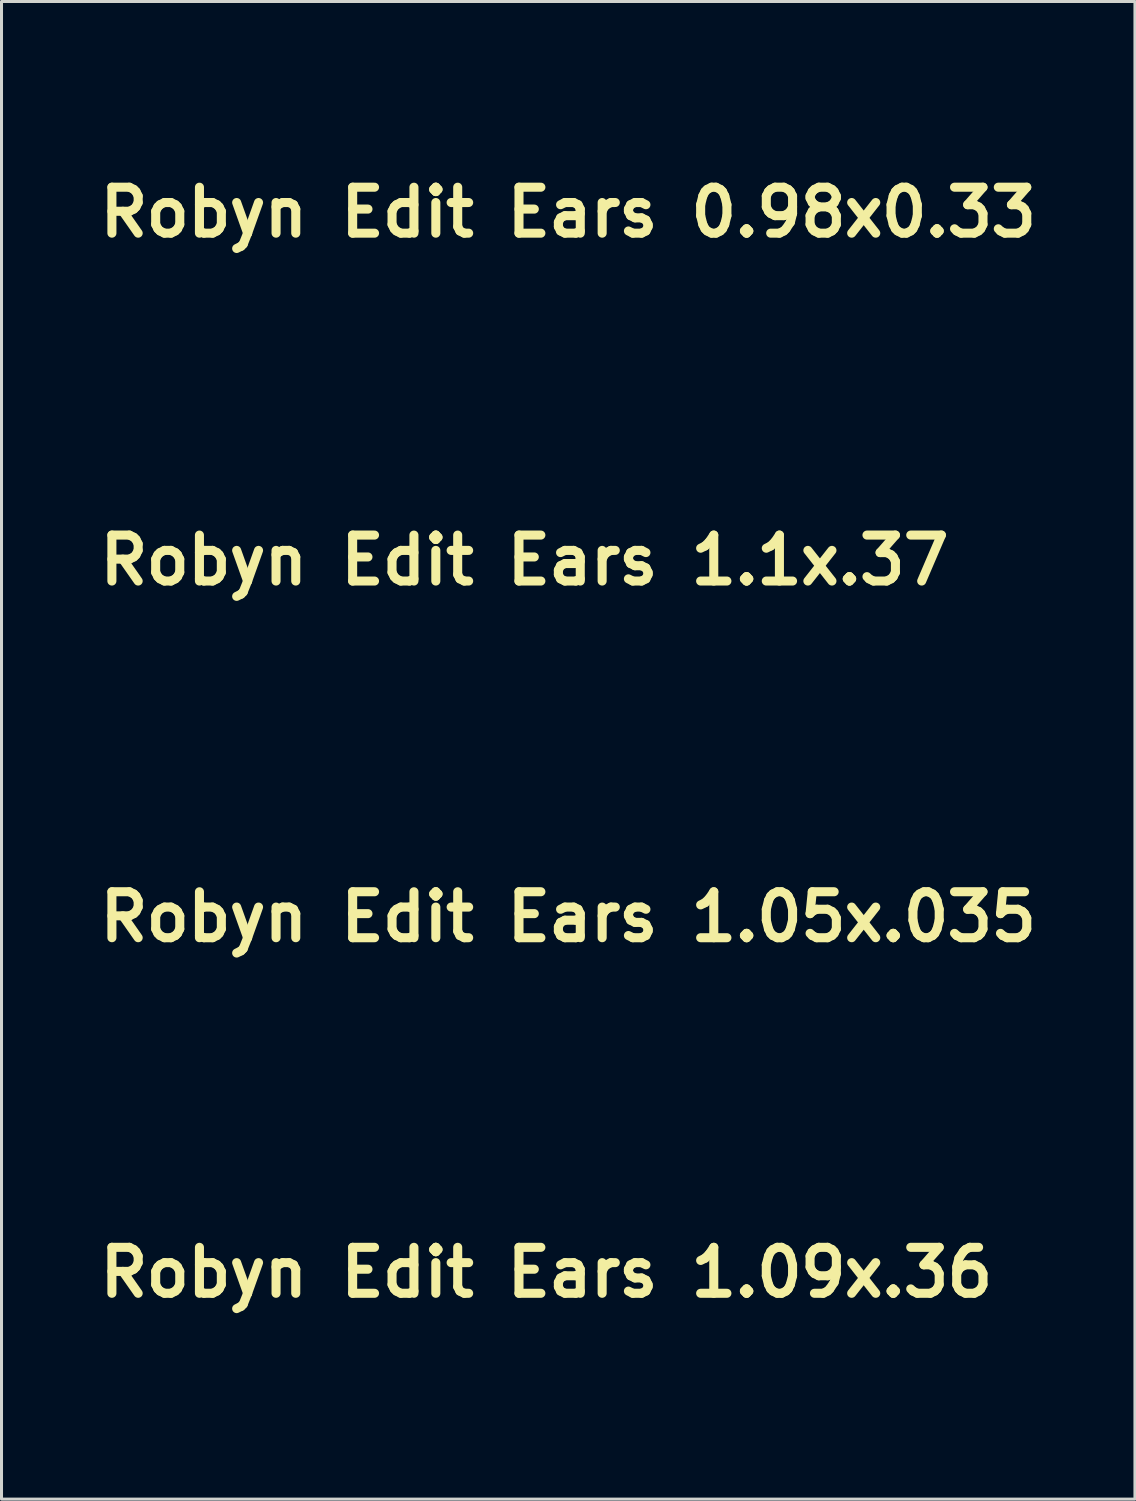
<source format=kicad_pcb>
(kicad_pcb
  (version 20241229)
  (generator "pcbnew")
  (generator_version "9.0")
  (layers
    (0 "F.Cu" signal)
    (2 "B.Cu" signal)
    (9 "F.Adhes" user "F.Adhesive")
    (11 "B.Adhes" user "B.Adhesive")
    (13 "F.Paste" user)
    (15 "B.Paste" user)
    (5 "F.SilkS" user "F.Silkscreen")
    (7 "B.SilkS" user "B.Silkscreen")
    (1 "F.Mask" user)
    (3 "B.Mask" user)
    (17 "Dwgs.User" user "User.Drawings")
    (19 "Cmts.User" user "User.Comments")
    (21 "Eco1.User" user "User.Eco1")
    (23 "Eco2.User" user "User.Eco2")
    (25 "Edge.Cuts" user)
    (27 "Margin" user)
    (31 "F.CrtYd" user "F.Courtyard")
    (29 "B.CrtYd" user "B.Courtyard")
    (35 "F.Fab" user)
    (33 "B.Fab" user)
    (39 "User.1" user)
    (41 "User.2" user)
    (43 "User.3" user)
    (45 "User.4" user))
  (footprint "Robyn Edit Ears 1.1x.37"
    (layer "F.Cu")
    (at 14.34 15.527)
    (property "Reference" "Robyn Edit Ears 1.1x.37" (at 0 0 0) (layer "F.SilkS") (effects (font (size 1.524 1.524) (thickness 0.3))))
    (attr board_only exclude_from_pos_files exclude_from_bom)
    (fp_poly (pts (xy 13.968 -2.479) (xy 13.975 -2.234) (xy 13.965 -1.865) (xy 13.939 -1.405) (xy 13.901 -0.887) (xy 13.851 -0.344) (xy 13.792 0.192) (xy 13.743 0.566) (xy 13.521 1.711) (xy 13.182 2.761) (xy 12.717 3.758) (xy 12.484 4.165) (xy 12.301 4.417) (xy 12.151 4.535) (xy 12.101 4.549) (xy 11.937 4.53) (xy 11.891 4.377) (xy 11.891 4.373) (xy 11.841 3.964) (xy 11.7 3.441) (xy 11.487 2.843) (xy 11.218 2.214) (xy 10.909 1.596) (xy 10.579 1.03) (xy 10.476 0.874) (xy 10.286 0.583) (xy 10.146 0.351) (xy 10.086 0.225) (xy 10.086 0.219) (xy 10.163 0.146) (xy 10.376 -0.007) (xy 10.696 -0.221) (xy 11.095 -0.476) (xy 11.346 -0.632) (xy 11.849 -0.955) (xy 12.353 -1.301) (xy 12.808 -1.636) (xy 13.163 -1.921) (xy 13.238 -1.988) (xy 13.525 -2.245) (xy 13.762 -2.443) (xy 13.911 -2.555) (xy 13.942 -2.569)) (stroke (width 0) (type solid)) (fill yes) (layer "F.Mask"))
    (fp_poly (pts (xy -13.819 -4.477) (xy -13.669 -4.372) (xy -13.426 -4.154) (xy -13.293 -4.028) (xy -12.709 -3.501) (xy -12.096 -3.007) (xy -11.423 -2.526) (xy -10.663 -2.039) (xy -9.784 -1.525) (xy -8.757 -0.965) (xy -8.722 -0.946) (xy -8.277 -0.709) (xy -7.901 -0.503) (xy -7.621 -0.346) (xy -7.465 -0.252) (xy -7.443 -0.233) (xy -7.527 -0.174) (xy -7.737 -0.033) (xy -8.038 0.17) (xy -8.341 0.372) (xy -8.751 0.663) (xy -9.147 0.975) (xy -9.473 1.261) (xy -9.613 1.405) (xy -9.868 1.716) (xy -10.179 2.132) (xy -10.51 2.599) (xy -10.827 3.068) (xy -11.093 3.486) (xy -11.261 3.781) (xy -11.389 3.985) (xy -11.5 4.087) (xy -11.515 4.091) (xy -11.615 4.017) (xy -11.771 3.826) (xy -11.9 3.639) (xy -12.501 2.55) (xy -13.005 1.313) (xy -13.415 -0.08) (xy -13.51 -0.486) (xy -13.592 -0.899) (xy -13.675 -1.401) (xy -13.754 -1.957) (xy -13.827 -2.531) (xy -13.889 -3.088) (xy -13.935 -3.591) (xy -13.963 -4.006) (xy -13.968 -4.297) (xy -13.953 -4.415) (xy -13.904 -4.486)) (stroke (width 0) (type solid)) (fill yes) (layer "F.Mask")))
  (footprint "Robyn Edit Ears 0.98x0.33"
    (layer "F.Cu")
    (at 15.792 3.992)
    (property "Reference" "Robyn Edit Ears 0.98x0.33" (at 0 0 0) (layer "F.SilkS") (effects (font (size 1.524 1.524) (thickness 0.3))))
    (attr board_only exclude_from_pos_files exclude_from_bom)
    (fp_poly (pts (xy 12.432 -2.207) (xy 12.438 -1.988) (xy 12.429 -1.66) (xy 12.406 -1.251) (xy 12.372 -0.79) (xy 12.327 -0.306) (xy 12.274 0.171) (xy 12.231 0.504) (xy 12.034 1.523) (xy 11.732 2.457) (xy 11.318 3.344) (xy 11.111 3.707) (xy 10.948 3.931) (xy 10.814 4.036) (xy 10.77 4.049) (xy 10.624 4.032) (xy 10.583 3.896) (xy 10.583 3.892) (xy 10.538 3.528) (xy 10.413 3.062) (xy 10.223 2.53) (xy 9.984 1.971) (xy 9.709 1.42) (xy 9.415 0.916) (xy 9.324 0.778) (xy 9.154 0.519) (xy 9.03 0.313) (xy 8.977 0.2) (xy 8.976 0.195) (xy 9.045 0.13) (xy 9.234 -0.007) (xy 9.519 -0.197) (xy 9.875 -0.424) (xy 10.098 -0.563) (xy 10.545 -0.85) (xy 10.994 -1.158) (xy 11.399 -1.456) (xy 11.715 -1.71) (xy 11.782 -1.769) (xy 12.037 -1.998) (xy 12.248 -2.175) (xy 12.381 -2.274) (xy 12.408 -2.286)) (stroke (width 0) (type solid)) (fill yes) (layer "F.Mask"))
    (fp_poly (pts (xy -12.299 -3.985) (xy -12.165 -3.891) (xy -11.949 -3.697) (xy -11.83 -3.585) (xy -11.311 -3.116) (xy -10.765 -2.676) (xy -10.167 -2.248) (xy -9.49 -1.814) (xy -8.707 -1.357) (xy -7.794 -0.859) (xy -7.762 -0.842) (xy -7.366 -0.631) (xy -7.032 -0.448) (xy -6.782 -0.308) (xy -6.644 -0.224) (xy -6.624 -0.207) (xy -6.699 -0.155) (xy -6.886 -0.029) (xy -7.154 0.151) (xy -7.424 0.331) (xy -7.789 0.59) (xy -8.141 0.868) (xy -8.431 1.122) (xy -8.556 1.25) (xy -8.782 1.528) (xy -9.059 1.897) (xy -9.354 2.313) (xy -9.636 2.73) (xy -9.872 3.103) (xy -10.023 3.365) (xy -10.137 3.546) (xy -10.235 3.638) (xy -10.249 3.641) (xy -10.337 3.575) (xy -10.477 3.405) (xy -10.591 3.239) (xy -11.126 2.27) (xy -11.575 1.169) (xy -11.94 -0.072) (xy -12.024 -0.432) (xy -12.097 -0.8) (xy -12.17 -1.247) (xy -12.241 -1.742) (xy -12.306 -2.253) (xy -12.361 -2.748) (xy -12.403 -3.196) (xy -12.427 -3.565) (xy -12.432 -3.824) (xy -12.418 -3.929) (xy -12.375 -3.992)) (stroke (width 0) (type solid)) (fill yes) (layer "F.Mask")))
  (footprint "Robyn Edit Ears 1.09x.36"
    (layer "F.Cu")
    (at 15.066 39.144)
    (property "Reference" "Robyn Edit Ears 1.09x.36" (at 0 0 0) (layer "F.SilkS") (effects (font (size 1.524 1.524) (thickness 0.3))))
    (attr board_only exclude_from_pos_files exclude_from_bom)
    (zone (net_name "") (layer "F.Cu") (hatch edge 0.508) (connect_pads) (min_thickness 0.254) (filled_areas_thickness no) (keepout (tracks not_allowed) (vias not_allowed) (pads not_allowed) (copperpour not_allowed) (footprints allowed)) (placement (enabled no)) (fill) (polygon (pts (xy 28.93 36.683) (xy 28.937 36.927) (xy 28.927 37.293) (xy 28.902 37.749) (xy 28.863 38.263) (xy 28.814 38.803) (xy 28.755 39.335) (xy 28.707 39.706) (xy 28.487 40.843) (xy 28.15 41.885) (xy 27.689 42.874) (xy 27.457 43.278) (xy 27.276 43.528) (xy 27.126 43.645) (xy 27.077 43.659) (xy 26.914 43.64) (xy 26.869 43.489) (xy 26.869 43.484) (xy 26.819 43.079) (xy 26.679 42.559) (xy 26.467 41.966) (xy 26.2 41.342) (xy 25.894 40.728) (xy 25.566 40.166) (xy 25.464 40.011) (xy 25.275 39.722) (xy 25.137 39.493) (xy 25.077 39.368) (xy 25.076 39.362) (xy 25.153 39.289) (xy 25.364 39.137) (xy 25.682 38.925) (xy 26.079 38.671) (xy 26.328 38.517) (xy 26.827 38.196) (xy 27.327 37.852) (xy 27.779 37.521) (xy 28.131 37.237) (xy 28.205 37.171) (xy 28.491 36.916) (xy 28.725 36.719) (xy 28.874 36.608) (xy 28.904 36.595))))
    (zone (net_name "") (layer "F.Cu") (hatch edge 0.508) (connect_pads) (min_thickness 0.254) (filled_areas_thickness no) (keepout (tracks not_allowed) (vias not_allowed) (pads not_allowed) (copperpour not_allowed) (footprints allowed)) (placement (enabled no)) (fill) (polygon (pts (xy 1.35 34.7) (xy 1.499 34.804) (xy 1.74 35.021) (xy 1.872 35.146) (xy 2.451 35.669) (xy 3.06 36.16) (xy 3.727 36.637) (xy 4.483 37.121) (xy 5.355 37.63) (xy 6.374 38.186) (xy 6.409 38.205) (xy 6.851 38.441) (xy 7.224 38.645) (xy 7.502 38.801) (xy 7.656 38.894) (xy 7.678 38.913) (xy 7.594 38.971) (xy 7.387 39.112) (xy 7.087 39.313) (xy 6.787 39.513) (xy 6.38 39.802) (xy 5.987 40.112) (xy 5.664 40.396) (xy 5.524 40.538) (xy 5.271 40.848) (xy 4.963 41.26) (xy 4.634 41.724) (xy 4.32 42.189) (xy 4.056 42.604) (xy 3.888 42.897) (xy 3.761 43.099) (xy 3.651 43.201) (xy 3.636 43.204) (xy 3.538 43.131) (xy 3.382 42.941) (xy 3.255 42.756) (xy 2.657 41.675) (xy 2.157 40.448) (xy 1.75 39.064) (xy 1.656 38.662) (xy 1.575 38.252) (xy 1.493 37.753) (xy 1.414 37.202) (xy 1.342 36.632) (xy 1.281 36.079) (xy 1.234 35.58) (xy 1.206 35.168) (xy 1.202 34.879) (xy 1.216 34.762) (xy 1.265 34.692)))))
  (footprint "Robyn Edit Ears 1.05x.035"
    (layer "F.Cu")
    (at 15.792 27.354)
    (property "Reference" "Robyn Edit Ears 1.05x.035" (at 0 0 0) (layer "F.SilkS") (effects (font (size 1.524 1.524) (thickness 0.3))))
    (attr board_only exclude_from_pos_files exclude_from_bom)
    (fp_poly (pts (xy 13.32 -2.364) (xy 13.327 -2.13) (xy 13.317 -1.779) (xy 13.292 -1.34) (xy 13.255 -0.846) (xy 13.208 -0.328) (xy 13.151 0.183) (xy 13.105 0.54) (xy 12.894 1.632) (xy 12.57 2.633) (xy 12.127 3.583) (xy 11.905 3.972) (xy 11.73 4.212) (xy 11.586 4.324) (xy 11.539 4.338) (xy 11.383 4.32) (xy 11.339 4.174) (xy 11.339 4.17) (xy 11.291 3.78) (xy 11.157 3.281) (xy 10.954 2.711) (xy 10.697 2.112) (xy 10.403 1.522) (xy 10.088 0.982) (xy 9.99 0.833) (xy 9.808 0.556) (xy 9.675 0.335) (xy 9.618 0.215) (xy 9.617 0.209) (xy 9.691 0.139) (xy 9.894 -0.007) (xy 10.199 -0.211) (xy 10.58 -0.454) (xy 10.819 -0.603) (xy 11.299 -0.91) (xy 11.78 -1.241) (xy 12.213 -1.56) (xy 12.552 -1.832) (xy 12.623 -1.895) (xy 12.897 -2.14) (xy 13.123 -2.33) (xy 13.266 -2.436) (xy 13.295 -2.449)) (stroke (width 0) (type solid)) (fill yes) (layer "F.Mask"))
    (fp_poly (pts (xy -13.177 -4.269) (xy -13.034 -4.169) (xy -12.802 -3.961) (xy -12.675 -3.841) (xy -12.119 -3.338) (xy -11.534 -2.867) (xy -10.893 -2.409) (xy -10.168 -1.944) (xy -9.329 -1.454) (xy -8.35 -0.92) (xy -8.317 -0.903) (xy -7.893 -0.676) (xy -7.534 -0.48) (xy -7.267 -0.33) (xy -7.119 -0.24) (xy -7.098 -0.222) (xy -7.178 -0.166) (xy -7.378 -0.031) (xy -7.665 0.162) (xy -7.954 0.355) (xy -8.345 0.633) (xy -8.723 0.93) (xy -9.033 1.203) (xy -9.167 1.34) (xy -9.41 1.637) (xy -9.706 2.033) (xy -10.022 2.479) (xy -10.324 2.925) (xy -10.578 3.324) (xy -10.738 3.606) (xy -10.861 3.8) (xy -10.966 3.898) (xy -10.981 3.901) (xy -11.075 3.83) (xy -11.225 3.648) (xy -11.347 3.47) (xy -11.921 2.432) (xy -12.402 1.252) (xy -12.792 -0.077) (xy -12.883 -0.463) (xy -12.961 -0.857) (xy -13.04 -1.336) (xy -13.116 -1.866) (xy -13.185 -2.414) (xy -13.244 -2.944) (xy -13.288 -3.424) (xy -13.315 -3.82) (xy -13.32 -4.097) (xy -13.305 -4.21) (xy -13.259 -4.278)) (stroke (width 0) (type solid)) (fill yes) (layer "F.Mask")))
  (gr_rect
    (start -3 -3)
    (end 34.583 46.659)
    (stroke (width 0.1) (type default))
    (fill no)
    (layer "Edge.Cuts")))
</source>
